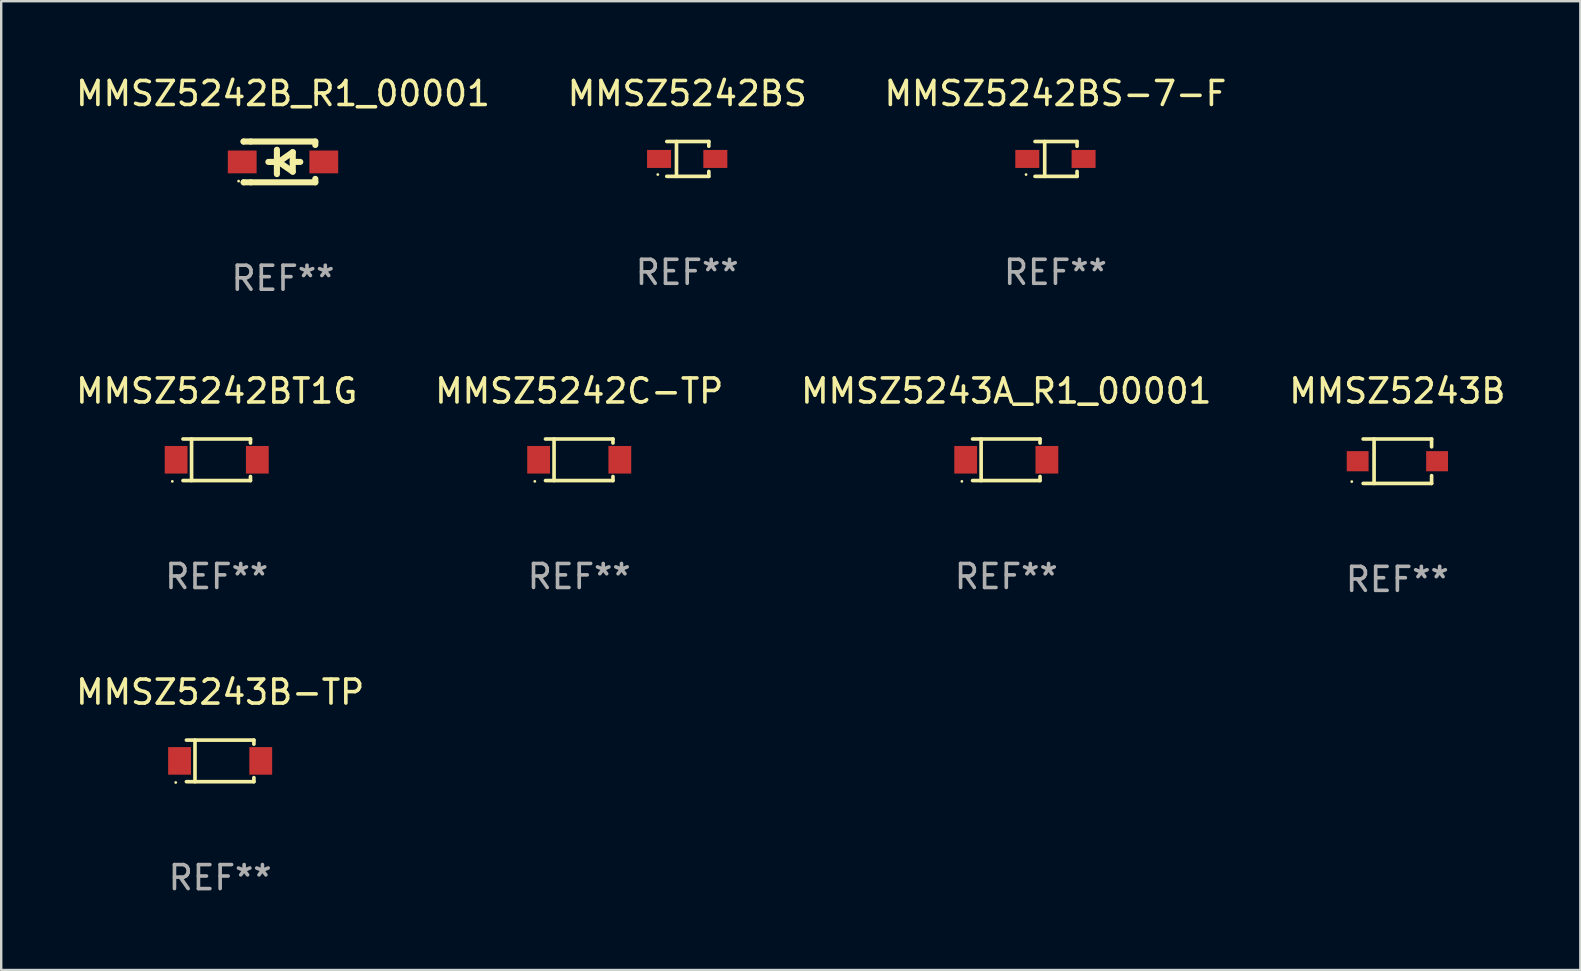
<source format=kicad_pcb>
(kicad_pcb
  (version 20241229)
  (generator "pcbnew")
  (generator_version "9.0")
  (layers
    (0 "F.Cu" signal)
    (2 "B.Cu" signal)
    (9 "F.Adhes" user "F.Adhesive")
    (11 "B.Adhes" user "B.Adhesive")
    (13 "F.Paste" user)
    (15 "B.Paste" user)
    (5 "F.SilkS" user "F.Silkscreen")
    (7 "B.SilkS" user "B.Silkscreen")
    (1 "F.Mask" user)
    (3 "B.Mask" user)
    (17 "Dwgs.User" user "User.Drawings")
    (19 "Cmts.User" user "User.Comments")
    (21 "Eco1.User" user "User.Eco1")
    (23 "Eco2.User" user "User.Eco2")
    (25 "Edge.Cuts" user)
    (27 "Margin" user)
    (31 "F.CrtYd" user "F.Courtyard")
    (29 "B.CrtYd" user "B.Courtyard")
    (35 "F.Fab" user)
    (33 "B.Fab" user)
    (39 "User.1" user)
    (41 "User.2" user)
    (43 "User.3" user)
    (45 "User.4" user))
  (footprint "MMSZ5242BS-7-F"
    (layer "F.Cu")
    (at 40.935 3.574)
    (property "Reference" "MMSZ5242BS-7-F" (at 0 -2.726 0) (layer "F.SilkS") (effects (font (size 1 1) (thickness 0.15))))
    (attr through_hole)
    (fp_line (start -0.851 -0.726) (end 0.901 -0.726) (stroke (width 0.152) (type solid)) (layer "F.SilkS"))
    (fp_line (start -0.851 0.726) (end 0.901 0.726) (stroke (width 0.152) (type solid)) (layer "F.SilkS"))
    (fp_line (start -0.447 -0.726) (end -0.447 0.726) (stroke (width 0.152) (type solid)) (layer "F.SilkS"))
    (fp_line (start 0.901 -0.726) (end 0.901 -0.53) (stroke (width 0.152) (type solid)) (layer "F.SilkS"))
    (fp_line (start 0.901 0.726) (end 0.901 0.52) (stroke (width 0.152) (type solid)) (layer "F.SilkS"))
    (fp_circle (center -1.225 0.65) (end -1.195 0.65) (stroke (width 0.06) (type solid)) (fill no) (layer "F.SilkS"))
    (fp_text user "REF**" (at 0 4.726 0) (layer "F.Fab") (effects (font (size 1 1) (thickness 0.15))))
    (pad "1" smd rect (at -1.173 0) (size 1 0.75) (layers "F.Cu" "F.Mask" "F.Paste"))
    (pad "2" smd rect (at 1.173 0) (size 1 0.75) (layers "F.Cu" "F.Mask" "F.Paste")))
  (footprint "MMSZ5242C-TP"
    (layer "F.Cu")
    (at 21.089 16.111)
    (property "Reference" "MMSZ5242C-TP" (at 0 -2.866 0) (layer "F.SilkS") (effects (font (size 1 1) (thickness 0.15))))
    (attr through_hole)
    (fp_line (start -1.406 -0.866) (end 1.406 -0.866) (stroke (width 0.152) (type solid)) (layer "F.SilkS"))
    (fp_line (start -1.406 0.866) (end 1.406 0.866) (stroke (width 0.152) (type solid)) (layer "F.SilkS"))
    (fp_line (start -1.049 -0.866) (end -1.049 0.866) (stroke (width 0.152) (type solid)) (layer "F.SilkS"))
    (fp_line (start 1.406 -0.866) (end 1.406 -0.698) (stroke (width 0.152) (type solid)) (layer "F.SilkS"))
    (fp_line (start 1.406 0.866) (end 1.406 0.698) (stroke (width 0.152) (type solid)) (layer "F.SilkS"))
    (fp_circle (center -1.851 0.9) (end -1.821 0.9) (stroke (width 0.06) (type solid)) (fill no) (layer "F.SilkS"))
    (fp_text user "REF**" (at 0 4.866 0) (layer "F.Fab") (effects (font (size 1 1) (thickness 0.15))))
    (pad "1" smd rect (at -1.692 0) (size 0.95 1.15) (layers "F.Cu" "F.Mask" "F.Paste"))
    (pad "2" smd rect (at 1.692 0) (size 0.95 1.15) (layers "F.Cu" "F.Mask" "F.Paste")))
  (footprint "MMSZ5242BS"
    (layer "F.Cu")
    (at 25.589 3.574)
    (property "Reference" "MMSZ5242BS" (at 0 -2.726 0) (layer "F.SilkS") (effects (font (size 1 1) (thickness 0.15))))
    (attr through_hole)
    (fp_line (start -0.851 -0.726) (end 0.901 -0.726) (stroke (width 0.152) (type solid)) (layer "F.SilkS"))
    (fp_line (start -0.851 0.726) (end 0.901 0.726) (stroke (width 0.152) (type solid)) (layer "F.SilkS"))
    (fp_line (start -0.447 -0.726) (end -0.447 0.726) (stroke (width 0.152) (type solid)) (layer "F.SilkS"))
    (fp_line (start 0.901 -0.726) (end 0.901 -0.53) (stroke (width 0.152) (type solid)) (layer "F.SilkS"))
    (fp_line (start 0.901 0.726) (end 0.901 0.52) (stroke (width 0.152) (type solid)) (layer "F.SilkS"))
    (fp_circle (center -1.225 0.65) (end -1.195 0.65) (stroke (width 0.06) (type solid)) (fill no) (layer "F.SilkS"))
    (fp_text user "REF**" (at 0 4.726 0) (layer "F.Fab") (effects (font (size 1 1) (thickness 0.15))))
    (pad "1" smd rect (at -1.173 0) (size 1 0.75) (layers "F.Cu" "F.Mask" "F.Paste"))
    (pad "2" smd rect (at 1.173 0) (size 1 0.75) (layers "F.Cu" "F.Mask" "F.Paste")))
  (footprint "MMSZ5243B"
    (layer "F.Cu")
    (at 55.185 16.171)
    (property "Reference" "MMSZ5243B" (at 0 -2.926 0) (layer "F.SilkS") (effects (font (size 1 1) (thickness 0.15))))
    (attr through_hole)
    (fp_line (start -1.426 0.926) (end 1.426 0.926) (stroke (width 0.152) (type solid)) (layer "F.SilkS"))
    (fp_line (start -1.426 -0.926) (end 1.426 -0.926) (stroke (width 0.152) (type solid)) (layer "F.SilkS"))
    (fp_line (start -0.971 0.926) (end -0.971 -0.926) (stroke (width 0.152) (type solid)) (layer "F.SilkS"))
    (fp_line (start 1.426 -0.926) (end 1.426 -0.6) (stroke (width 0.152) (type solid)) (layer "F.SilkS"))
    (fp_line (start 1.426 0.6) (end 1.426 0.926) (stroke (width 0.152) (type solid)) (layer "F.SilkS"))
    (fp_circle (center -1.9 0.85) (end -1.87 0.85) (stroke (width 0.06) (type solid)) (fill no) (layer "F.SilkS"))
    (fp_text user "REF**" (at 0 4.926 0) (layer "F.Fab") (effects (font (size 1 1) (thickness 0.15))))
    (pad "1" smd rect (at -1.655 -0.000064) (size 0.91 0.84) (layers "F.Cu" "F.Mask" "F.Paste"))
    (pad "2" smd rect (at 1.655 -0.000064) (size 0.91 0.84) (layers "F.Cu" "F.Mask" "F.Paste")))
  (footprint "MMSZ5243B-TP"
    (layer "F.Cu")
    (at 6.125 28.66)
    (property "Reference" "MMSZ5243B-TP" (at 0 -2.866 0) (layer "F.SilkS") (effects (font (size 1 1) (thickness 0.15))))
    (attr through_hole)
    (fp_line (start -1.406 -0.866) (end 1.406 -0.866) (stroke (width 0.152) (type solid)) (layer "F.SilkS"))
    (fp_line (start -1.406 0.866) (end 1.406 0.866) (stroke (width 0.152) (type solid)) (layer "F.SilkS"))
    (fp_line (start -1.049 -0.866) (end -1.049 0.866) (stroke (width 0.152) (type solid)) (layer "F.SilkS"))
    (fp_line (start 1.406 -0.866) (end 1.406 -0.698) (stroke (width 0.152) (type solid)) (layer "F.SilkS"))
    (fp_line (start 1.406 0.866) (end 1.406 0.698) (stroke (width 0.152) (type solid)) (layer "F.SilkS"))
    (fp_circle (center -1.851 0.9) (end -1.821 0.9) (stroke (width 0.06) (type solid)) (fill no) (layer "F.SilkS"))
    (fp_text user "REF**" (at 0 4.866 0) (layer "F.Fab") (effects (font (size 1 1) (thickness 0.15))))
    (pad "1" smd rect (at -1.692 0) (size 0.95 1.15) (layers "F.Cu" "F.Mask" "F.Paste"))
    (pad "2" smd rect (at 1.692 0) (size 0.95 1.15) (layers "F.Cu" "F.Mask" "F.Paste")))
  (footprint "MMSZ5243A_R1_00001"
    (layer "F.Cu")
    (at 38.887 16.111)
    (property "Reference" "MMSZ5243A_R1_00001" (at 0 -2.866 0) (layer "F.SilkS") (effects (font (size 1 1) (thickness 0.15))))
    (attr through_hole)
    (fp_line (start -1.406 -0.866) (end 1.406 -0.866) (stroke (width 0.152) (type solid)) (layer "F.SilkS"))
    (fp_line (start -1.406 0.866) (end 1.406 0.866) (stroke (width 0.152) (type solid)) (layer "F.SilkS"))
    (fp_line (start -1.049 -0.866) (end -1.049 0.866) (stroke (width 0.152) (type solid)) (layer "F.SilkS"))
    (fp_line (start 1.406 -0.866) (end 1.406 -0.698) (stroke (width 0.152) (type solid)) (layer "F.SilkS"))
    (fp_line (start 1.406 0.866) (end 1.406 0.698) (stroke (width 0.152) (type solid)) (layer "F.SilkS"))
    (fp_circle (center -1.851 0.9) (end -1.821 0.9) (stroke (width 0.06) (type solid)) (fill no) (layer "F.SilkS"))
    (fp_text user "REF**" (at 0 4.866 0) (layer "F.Fab") (effects (font (size 1 1) (thickness 0.15))))
    (pad "1" smd rect (at -1.692 0) (size 0.95 1.15) (layers "F.Cu" "F.Mask" "F.Paste"))
    (pad "2" smd rect (at 1.692 0) (size 0.95 1.15) (layers "F.Cu" "F.Mask" "F.Paste")))
  (footprint "MMSZ5242BT1G"
    (layer "F.Cu")
    (at 5.982 16.111)
    (property "Reference" "MMSZ5242BT1G" (at 0 -2.866 0) (layer "F.SilkS") (effects (font (size 1 1) (thickness 0.15))))
    (attr through_hole)
    (fp_line (start -1.406 -0.866) (end 1.406 -0.866) (stroke (width 0.152) (type solid)) (layer "F.SilkS"))
    (fp_line (start -1.406 0.866) (end 1.406 0.866) (stroke (width 0.152) (type solid)) (layer "F.SilkS"))
    (fp_line (start -1.049 -0.866) (end -1.049 0.866) (stroke (width 0.152) (type solid)) (layer "F.SilkS"))
    (fp_line (start 1.406 -0.866) (end 1.406 -0.698) (stroke (width 0.152) (type solid)) (layer "F.SilkS"))
    (fp_line (start 1.406 0.866) (end 1.406 0.698) (stroke (width 0.152) (type solid)) (layer "F.SilkS"))
    (fp_circle (center -1.851 0.9) (end -1.821 0.9) (stroke (width 0.06) (type solid)) (fill no) (layer "F.SilkS"))
    (fp_text user "REF**" (at 0 4.866 0) (layer "F.Fab") (effects (font (size 1 1) (thickness 0.15))))
    (pad "1" smd rect (at -1.692 0) (size 0.95 1.15) (layers "F.Cu" "F.Mask" "F.Paste"))
    (pad "2" smd rect (at 1.692 0) (size 0.95 1.15) (layers "F.Cu" "F.Mask" "F.Paste")))
  (footprint "MMSZ5242B_R1_00001"
    (layer "F.Cu")
    (at 8.744 3.698)
    (property "Reference" "MMSZ5242B_R1_00001" (at 0 -2.85 0) (layer "F.SilkS") (effects (font (size 1 1) (thickness 0.15))))
    (attr through_hole)
    (fp_line (start -1.643 -0.85) (end -1.644 -0.849) (stroke (width 0.254) (type solid)) (layer "F.SilkS"))
    (fp_line (start -1.638 0.85) (end -1.639 0.849) (stroke (width 0.254) (type solid)) (layer "F.SilkS"))
    (fp_line (start -1.346 -0.85) (end -1.643 -0.85) (stroke (width 0.254) (type solid)) (layer "F.SilkS"))
    (fp_line (start -1.346 -0.85) (end 1.346 -0.85) (stroke (width 0.254) (type solid)) (layer "F.SilkS"))
    (fp_line (start -1.346 0.85) (end -1.638 0.85) (stroke (width 0.254) (type solid)) (layer "F.SilkS"))
    (fp_line (start -0.28 0) (end -0.61 0) (stroke (width 0.254) (type solid)) (layer "F.SilkS"))
    (fp_line (start -0.254 -0.508) (end -0.254 0.508) (stroke (width 0.254) (type solid)) (layer "F.SilkS"))
    (fp_line (start -0.178 0) (end 0.406 -0.406) (stroke (width 0.254) (type solid)) (layer "F.SilkS"))
    (fp_line (start 0.406 -0.406) (end 0.406 0.406) (stroke (width 0.254) (type solid)) (layer "F.SilkS"))
    (fp_line (start 0.406 -0.000254) (end 0.72 -0.000254) (stroke (width 0.254) (type solid)) (layer "F.SilkS"))
    (fp_line (start 0.406 0.406) (end -0.178 0) (stroke (width 0.254) (type solid)) (layer "F.SilkS"))
    (fp_line (start 1.346 -0.85) (end 1.346 -0.706) (stroke (width 0.254) (type solid)) (layer "F.SilkS"))
    (fp_line (start 1.346 0.706) (end 1.346 0.85) (stroke (width 0.254) (type solid)) (layer "F.SilkS"))
    (fp_line (start 1.346 0.85) (end -1.346 0.85) (stroke (width 0.254) (type solid)) (layer "F.SilkS"))
    (fp_circle (center -1.85 0.8) (end -1.82 0.8) (stroke (width 0.06) (type solid)) (fill no) (layer "F.SilkS"))
    (fp_text user "REF**" (at 0 4.85 0) (layer "F.Fab") (effects (font (size 1 1) (thickness 0.15))))
    (pad "1" smd rect (at -1.7 0) (size 1.2 0.95) (layers "F.Cu" "F.Mask" "F.Paste"))
    (pad "2" smd rect (at 1.7 0) (size 1.2 0.95) (layers "F.Cu" "F.Mask" "F.Paste")))
  (gr_rect
    (start -3 -3)
    (end 62.81 37.374)
    (stroke (width 0.1) (type default))
    (fill no)
    (layer "Edge.Cuts")))
</source>
